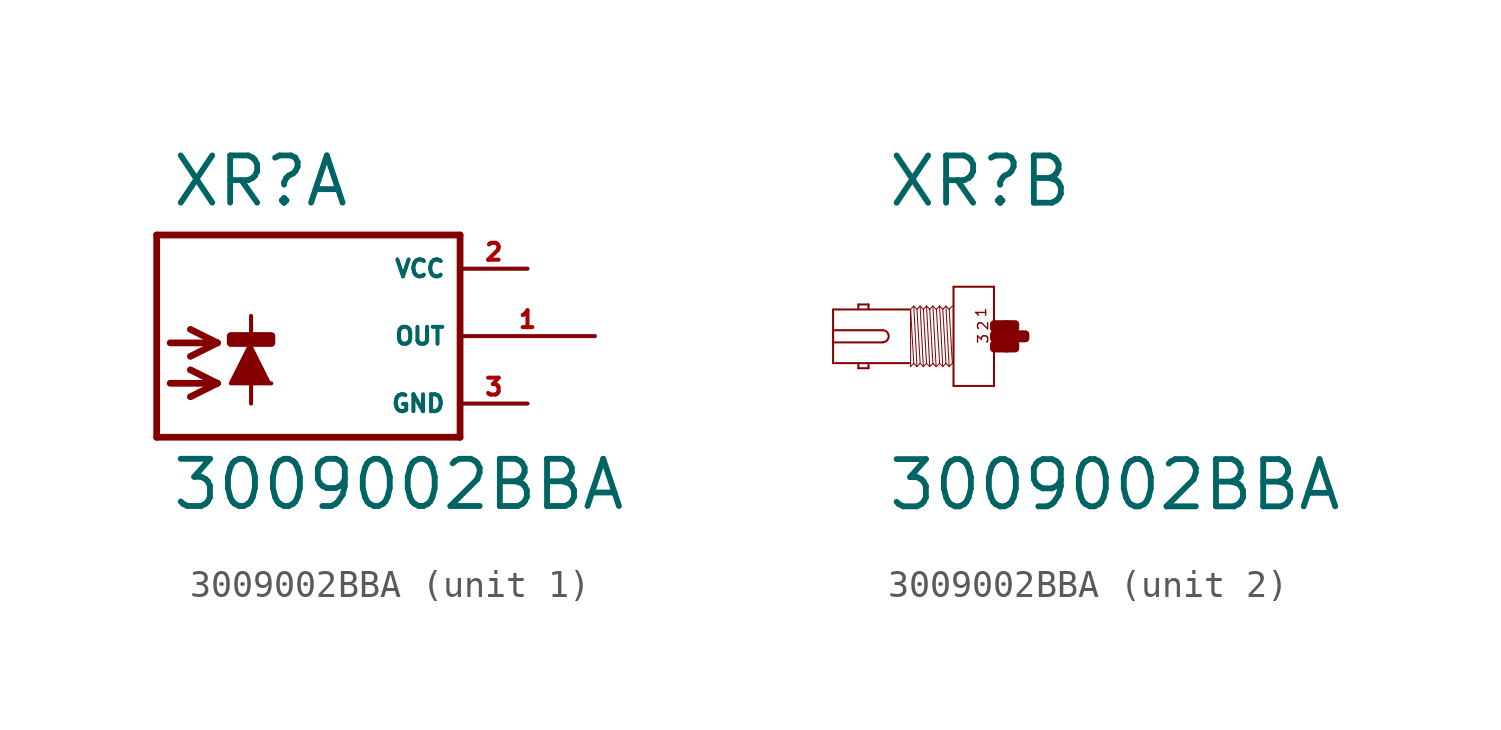
<source format=kicad_sym>
(kicad_symbol_lib
  (version 20220914)
  (generator Eagle2Kicad)
  (symbol "3009002BBA"
    (property "Reference" "XR"
      (at -3.302 4.801 0)
      (effects (font (size 1.778 1.778) (thickness 0.22)) (justify left bottom)))
    (property "Value" "3009002BBA"
      (at -3.302 -6.629 0)
      (effects (font (size 1.778 1.778) (thickness 0.22)) (justify left bottom)))
    (symbol "3009002BBA_1_0"
      (polyline (pts (xy -0.254 -0.254) (xy -1.016 -1.778) (xy 0.508 -1.778)) (stroke (width 0.152) (type default)) (fill (type outline)))
      (polyline (pts (xy -3.302 -0.254) (xy -1.524 -0.254)) (stroke (width 0.254) (type default)) (fill (type none)))
      (polyline (pts (xy -1.524 -0.254) (xy -2.54 -0.762)) (stroke (width 0.254) (type default)) (fill (type none)))
      (polyline (pts (xy -1.524 -0.254) (xy -2.54 0.254)) (stroke (width 0.254) (type default)) (fill (type none)))
      (polyline (pts (xy -3.302 -1.778) (xy -1.524 -1.778)) (stroke (width 0.254) (type default)) (fill (type none)))
      (polyline (pts (xy -1.524 -1.778) (xy -2.54 -2.286)) (stroke (width 0.254) (type default)) (fill (type none)))
      (polyline (pts (xy -1.524 -1.778) (xy -2.54 -1.27)) (stroke (width 0.254) (type default)) (fill (type none)))
      (polyline (pts (xy -0.254 0.762) (xy -0.254 -2.54)) (stroke (width 0.152) (type default)) (fill (type none)))
      (polyline (pts (xy 7.62 3.81) (xy -3.81 3.81)) (stroke (width 0.254) (type default)) (fill (type none)))
      (polyline (pts (xy -3.81 3.81) (xy -3.81 -3.81)) (stroke (width 0.254) (type default)) (fill (type none)))
      (polyline (pts (xy -3.81 -3.81) (xy 7.62 -3.81)) (stroke (width 0.254) (type default)) (fill (type none)))
      (polyline (pts (xy 7.62 -3.81) (xy 7.62 3.81)) (stroke (width 0.254) (type default)) (fill (type none)))
      (rectangle (start -1.016 -0.254) (end 0.508 0) (stroke (width 0.3) (type default)) (fill (type outline)))
      (pin unspecified line (at 10.16 2.54 180) (length 2.54) (name "VCC" (effects (font (size 0.635 0.635) (thickness 0.08)) (justify left bottom))) (number "2" (effects (font (size 0.635 0.635) (thickness 0.08)) (justify left bottom))))
      (pin unspecified line (at 10.16 -2.54 180) (length 2.54) (name "GND" (effects (font (size 0.635 0.635) (thickness 0.08)) (justify left bottom))) (number "3" (effects (font (size 0.635 0.635) (thickness 0.08)) (justify left bottom))))
      (pin output line (at 12.7 0 180) (length 5.08) (name "OUT" (effects (font (size 0.635 0.635) (thickness 0.08)) (justify left bottom))) (number "1" (effects (font (size 0.635 0.635) (thickness 0.08)) (justify left bottom)))))
    (symbol "3009002BBA_2_0"
      (polyline (pts (xy 0.762 1.867) (xy 0.762 -1.867)) (stroke (width 0.076) (type default)) (fill (type none)))
      (polyline (pts (xy 0.762 -1.867) (xy -0.762 -1.867)) (stroke (width 0.076) (type default)) (fill (type none)))
      (polyline (pts (xy -0.762 -1.867) (xy -0.762 1.867)) (stroke (width 0.076) (type default)) (fill (type none)))
      (polyline (pts (xy -0.762 1.867) (xy 0.762 1.867)) (stroke (width 0.076) (type default)) (fill (type none)))
      (polyline (pts (xy -2.419 1.01) (xy -5.296 1.01)) (stroke (width 0.076) (type default)) (fill (type none)))
      (polyline (pts (xy -5.296 1.01) (xy -5.296 0.229)) (stroke (width 0.076) (type default)) (fill (type none)))
      (polyline (pts (xy -5.296 0.229) (xy -5.296 -0.229)) (stroke (width 0.076) (type default)) (fill (type none)))
      (polyline (pts (xy -5.296 -0.229) (xy -5.296 -1.01)) (stroke (width 0.076) (type default)) (fill (type none)))
      (polyline (pts (xy -5.296 -1.01) (xy -2.419 -1.01)) (stroke (width 0.076) (type default)) (fill (type none)))
      (polyline (pts (xy -3.962 -1.029) (xy -3.962 -1.2)) (stroke (width 0.076) (type default)) (fill (type none)))
      (polyline (pts (xy -3.962 -1.2) (xy -4.343 -1.2)) (stroke (width 0.076) (type default)) (fill (type none)))
      (polyline (pts (xy -4.343 -1.2) (xy -4.343 -1.029)) (stroke (width 0.076) (type default)) (fill (type none)))
      (polyline (pts (xy -4.343 1.029) (xy -4.343 1.2)) (stroke (width 0.076) (type default)) (fill (type none)))
      (polyline (pts (xy -4.343 1.2) (xy -3.962 1.2)) (stroke (width 0.076) (type default)) (fill (type none)))
      (polyline (pts (xy -3.962 1.2) (xy -3.962 1.029)) (stroke (width 0.076) (type default)) (fill (type none)))
      (polyline (pts (xy -2.258 1.14) (xy -2.138 -1.14)) (stroke (width 0.038) (type default)) (fill (type none)))
      (polyline (pts (xy -2.018 1.099) (xy -1.898 -1.14)) (stroke (width 0.038) (type default)) (fill (type none)))
      (polyline (pts (xy -1.898 1.02) (xy -1.778 -1.02)) (stroke (width 0.038) (type default)) (fill (type none)))
      (polyline (pts (xy -1.778 1.14) (xy -1.658 -1.14)) (stroke (width 0.038) (type default)) (fill (type none)))
      (polyline (pts (xy -1.538 1.14) (xy -1.418 -1.14)) (stroke (width 0.038) (type default)) (fill (type none)))
      (polyline (pts (xy -2.378 -1.14) (xy -2.378 0.999)) (stroke (width 0.038) (type default)) (fill (type none)))
      (polyline (pts (xy -2.378 -1.14) (xy -2.258 -1.02)) (stroke (width 0.038) (type default)) (fill (type none)))
      (polyline (pts (xy -2.258 -1.02) (xy -2.138 -1.14)) (stroke (width 0.038) (type default)) (fill (type none)))
      (polyline (pts (xy -2.138 -1.14) (xy -2.018 -1.02)) (stroke (width 0.038) (type default)) (fill (type none)))
      (polyline (pts (xy -2.018 -1.02) (xy -1.898 -1.14)) (stroke (width 0.038) (type default)) (fill (type none)))
      (polyline (pts (xy -1.898 -1.14) (xy -1.778 -1.02)) (stroke (width 0.038) (type default)) (fill (type none)))
      (polyline (pts (xy -1.778 -1.02) (xy -1.658 -1.14)) (stroke (width 0.038) (type default)) (fill (type none)))
      (polyline (pts (xy -1.658 -1.14) (xy -1.538 -1.02)) (stroke (width 0.038) (type default)) (fill (type none)))
      (polyline (pts (xy -1.538 -1.02) (xy -1.418 -1.14)) (stroke (width 0.038) (type default)) (fill (type none)))
      (polyline (pts (xy -2.378 1.02) (xy -2.258 1.14)) (stroke (width 0.038) (type default)) (fill (type none)))
      (polyline (pts (xy -2.258 1.14) (xy -2.138 1.02)) (stroke (width 0.038) (type default)) (fill (type none)))
      (polyline (pts (xy -2.138 1.02) (xy -2.018 1.14)) (stroke (width 0.038) (type default)) (fill (type none)))
      (polyline (pts (xy -2.018 1.14) (xy -1.898 1.02)) (stroke (width 0.038) (type default)) (fill (type none)))
      (polyline (pts (xy -1.898 1.02) (xy -1.778 1.14)) (stroke (width 0.038) (type default)) (fill (type none)))
      (polyline (pts (xy -1.778 1.14) (xy -1.658 1.02)) (stroke (width 0.038) (type default)) (fill (type none)))
      (polyline (pts (xy -1.658 1.02) (xy -1.538 1.14)) (stroke (width 0.038) (type default)) (fill (type none)))
      (polyline (pts (xy -1.538 1.14) (xy -1.418 1.02)) (stroke (width 0.038) (type default)) (fill (type none)))
      (polyline (pts (xy -2.138 1.02) (xy -2.018 -1.02)) (stroke (width 0.038) (type default)) (fill (type none)))
      (polyline (pts (xy -1.658 1.02) (xy -1.538 -1.02)) (stroke (width 0.038) (type default)) (fill (type none)))
      (polyline (pts (xy -2.378 1.02) (xy -2.258 -1.02)) (stroke (width 0.038) (type default)) (fill (type none)))
      (polyline (pts (xy -1.286 1.14) (xy -1.166 -1.14)) (stroke (width 0.038) (type default)) (fill (type none)))
      (polyline (pts (xy -1.046 1.099) (xy -0.926 -1.14)) (stroke (width 0.038) (type default)) (fill (type none)))
      (polyline (pts (xy -0.926 1.02) (xy -0.806 -1.02)) (stroke (width 0.038) (type default)) (fill (type none)))
      (polyline (pts (xy -1.406 -1.14) (xy -1.286 -1.02)) (stroke (width 0.038) (type default)) (fill (type none)))
      (polyline (pts (xy -1.286 -1.02) (xy -1.166 -1.14)) (stroke (width 0.038) (type default)) (fill (type none)))
      (polyline (pts (xy -1.166 -1.14) (xy -1.046 -1.02)) (stroke (width 0.038) (type default)) (fill (type none)))
      (polyline (pts (xy -1.046 -1.02) (xy -0.926 -1.14)) (stroke (width 0.038) (type default)) (fill (type none)))
      (polyline (pts (xy -0.926 -1.14) (xy -0.806 -1.02)) (stroke (width 0.038) (type default)) (fill (type none)))
      (polyline (pts (xy -1.406 1.02) (xy -1.286 1.14)) (stroke (width 0.038) (type default)) (fill (type none)))
      (polyline (pts (xy -1.286 1.14) (xy -1.166 1.02)) (stroke (width 0.038) (type default)) (fill (type none)))
      (polyline (pts (xy -1.166 1.02) (xy -1.046 1.14)) (stroke (width 0.038) (type default)) (fill (type none)))
      (polyline (pts (xy -1.046 1.14) (xy -0.926 1.02)) (stroke (width 0.038) (type default)) (fill (type none)))
      (polyline (pts (xy -0.926 1.02) (xy -0.806 1.14)) (stroke (width 0.038) (type default)) (fill (type none)))
      (polyline (pts (xy -1.166 1.02) (xy -1.046 -1.02)) (stroke (width 0.038) (type default)) (fill (type none)))
      (polyline (pts (xy -1.406 1.02) (xy -1.286 -1.02)) (stroke (width 0.038) (type default)) (fill (type none)))
      (polyline (pts (xy -5.296 -0.229) (xy -3.429 -0.229)) (stroke (width 0.076) (type default)) (fill (type none)))
      (polyline (pts (xy -3.429 0.229) (xy -5.296 0.229)) (stroke (width 0.076) (type default)) (fill (type none)))
      (arc (start -3.429 -0.2286) (mid -3.200 0.000) (end -3.429 0.2286) (stroke (width 0.0762) (type default)) (fill (type none)))
      (text "1" (at 0.495 0.686 1800) (effects (font (size 0.381 0.381) (thickness 0.05)) (justify left bottom)))
      (text "3" (at 0.572 -0.305 1800) (effects (font (size 0.381 0.381) (thickness 0.05)) (justify left bottom)))
      (text "2" (at 0.572 0.191 1800) (effects (font (size 0.381 0.381) (thickness 0.05)) (justify left bottom)))
      (rectangle (start 0.762 -0.457) (end 1.257 -0.305) (stroke (width 0.3) (type default)) (fill (type outline)))
      (rectangle (start 0.762 -0.076) (end 1.638 0.076) (stroke (width 0.3) (type default)) (fill (type outline)))
      (rectangle (start 1.219 -0.457) (end 1.562 -0.305) (stroke (width 0.3) (type default)) (fill (type outline)))
      (rectangle (start 1.6 -0.076) (end 1.943 0.076) (stroke (width 0.3) (type default)) (fill (type outline)))
      (rectangle (start 1.219 0.305) (end 1.562 0.457) (stroke (width 0.3) (type default)) (fill (type outline)))
      (rectangle (start 0.762 0.305) (end 1.257 0.457) (stroke (width 0.3) (type default)) (fill (type outline))))))
</source>
